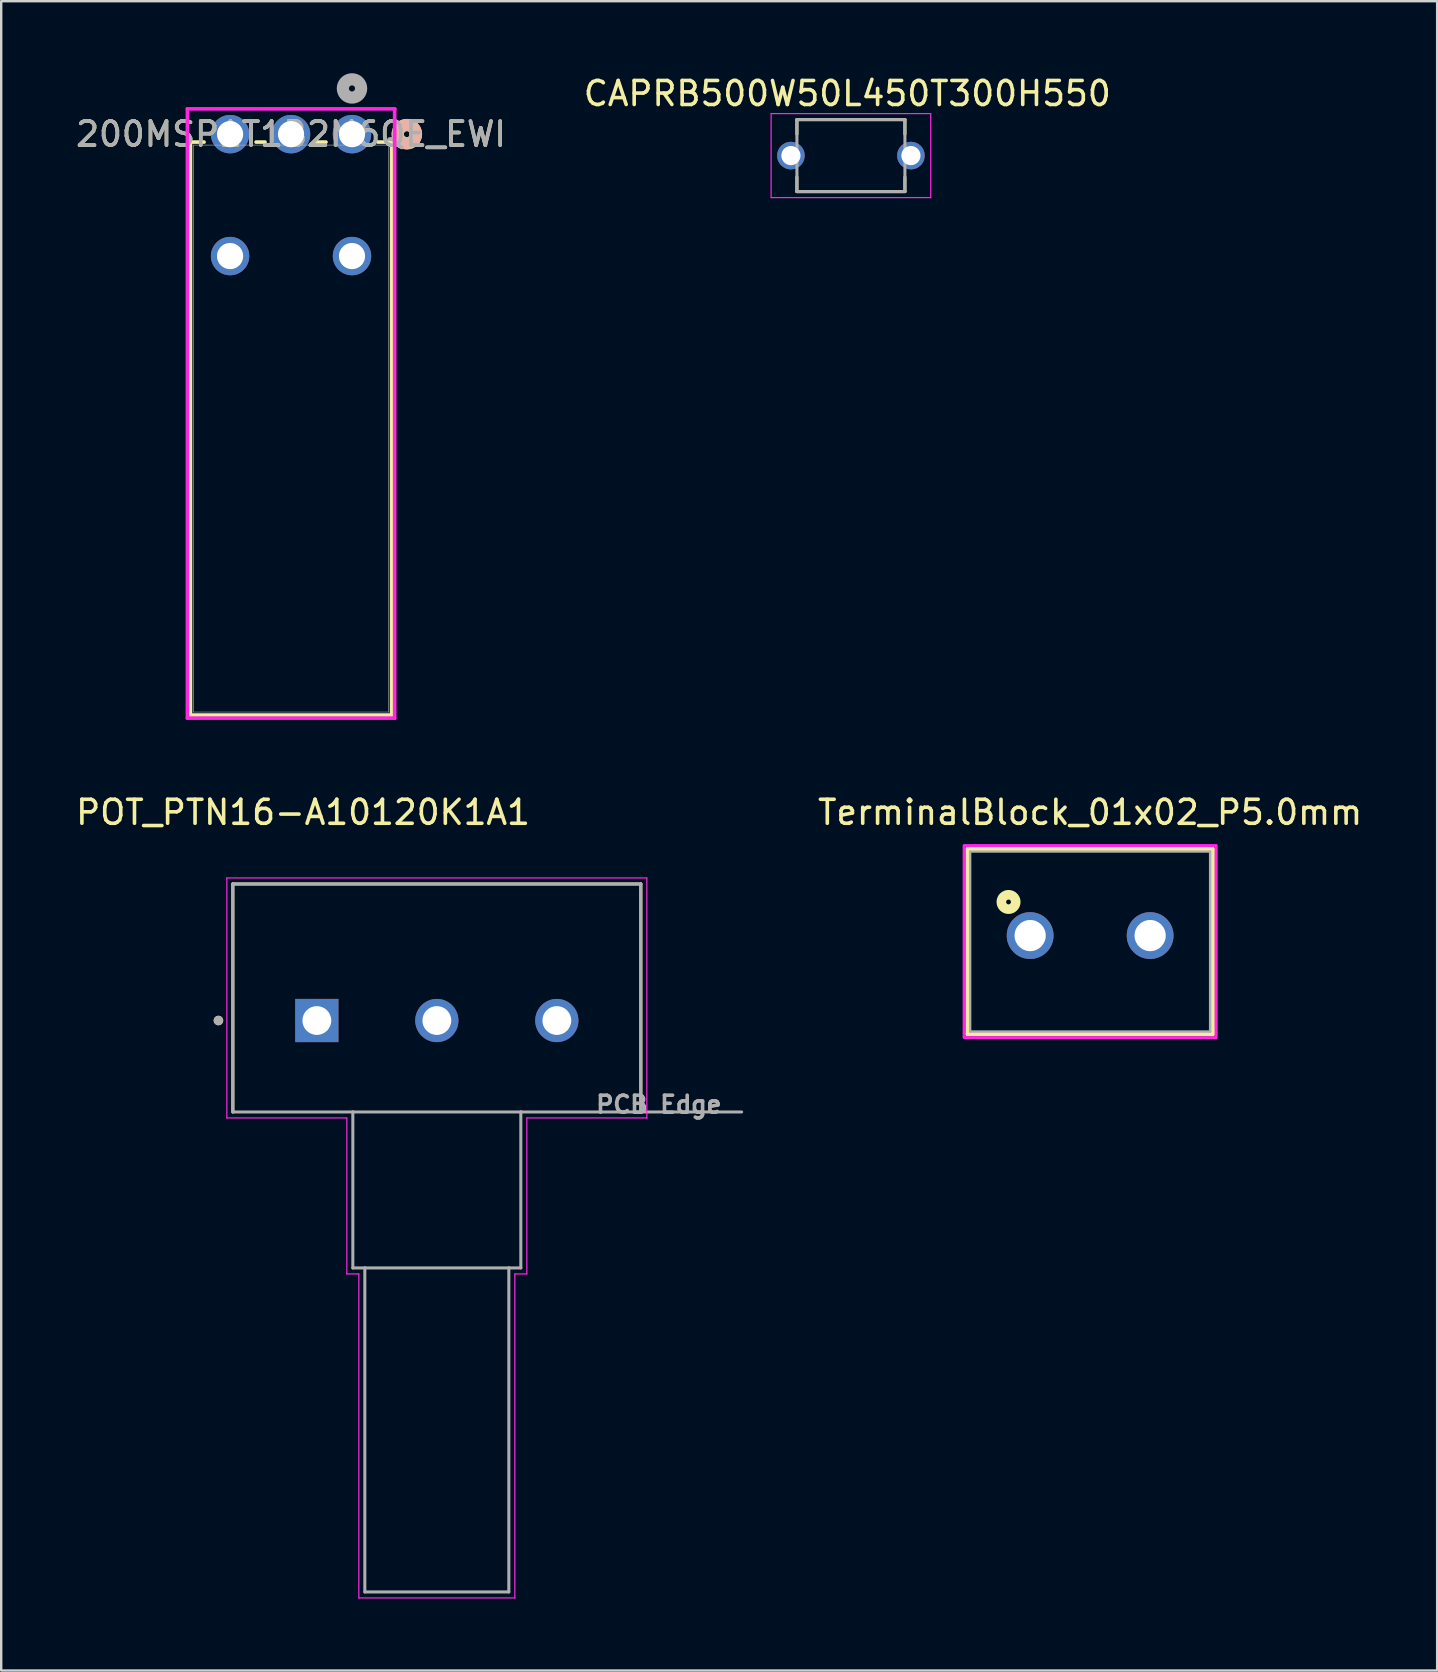
<source format=kicad_pcb>
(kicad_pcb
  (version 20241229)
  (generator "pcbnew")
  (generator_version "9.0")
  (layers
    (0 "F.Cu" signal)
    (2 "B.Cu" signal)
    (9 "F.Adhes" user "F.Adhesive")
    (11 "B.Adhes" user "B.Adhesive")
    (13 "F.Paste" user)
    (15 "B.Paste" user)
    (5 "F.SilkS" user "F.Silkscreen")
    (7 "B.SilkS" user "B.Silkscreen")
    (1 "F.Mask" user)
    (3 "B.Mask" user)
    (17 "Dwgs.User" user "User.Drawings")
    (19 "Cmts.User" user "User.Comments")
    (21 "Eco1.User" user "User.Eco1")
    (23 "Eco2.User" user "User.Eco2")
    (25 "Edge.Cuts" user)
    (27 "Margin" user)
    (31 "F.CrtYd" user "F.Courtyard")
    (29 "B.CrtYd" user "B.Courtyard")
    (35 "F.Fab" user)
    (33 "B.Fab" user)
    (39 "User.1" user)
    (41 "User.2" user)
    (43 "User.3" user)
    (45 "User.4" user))
  (footprint "200MSP1T1B2M6QE_EWI"
    (layer "F.Cu")
    (at 11.617 2.54)
    (property "Reference" "200MSP1T1B2M6QE_EWI" (at -2.54 0 0) (unlocked yes) (layer "F.SilkS") (effects (font (size 1 1) (thickness 0.15))))
    (attr through_hole)
    (fp_line (start -6.731 0.33) (end -6.731 24.206) (stroke (width 0.152) (type solid)) (layer "F.SilkS"))
    (fp_line (start -6.731 24.206) (end 1.651 24.206) (stroke (width 0.152) (type solid)) (layer "F.SilkS"))
    (fp_line (start -6.164 0.33) (end -6.731 0.33) (stroke (width 0.152) (type solid)) (layer "F.SilkS"))
    (fp_line (start -3.624 0.33) (end -3.996 0.33) (stroke (width 0.152) (type solid)) (layer "F.SilkS"))
    (fp_line (start -1.084 0.33) (end -1.456 0.33) (stroke (width 0.152) (type solid)) (layer "F.SilkS"))
    (fp_line (start 1.651 0.33) (end 1.084 0.33) (stroke (width 0.152) (type solid)) (layer "F.SilkS"))
    (fp_line (start 1.651 24.206) (end 1.651 0.33) (stroke (width 0.152) (type solid)) (layer "F.SilkS"))
    (fp_circle (center 2.286 0) (end 2.667 0) (stroke (width 0.508) (type solid)) (fill no) (layer "F.SilkS"))
    (fp_circle (center 2.286 0) (end 2.667 0) (stroke (width 0.508) (type solid)) (fill no) (layer "B.SilkS"))
    (fp_line (start -6.858 -1.054) (end -6.858 24.333) (stroke (width 0.152) (type solid)) (layer "F.CrtYd"))
    (fp_line (start -6.858 24.333) (end 1.778 24.333) (stroke (width 0.152) (type solid)) (layer "F.CrtYd"))
    (fp_line (start 1.778 -1.054) (end -6.858 -1.054) (stroke (width 0.152) (type solid)) (layer "F.CrtYd"))
    (fp_line (start 1.778 24.333) (end 1.778 -1.054) (stroke (width 0.152) (type solid)) (layer "F.CrtYd"))
    (fp_line (start -6.604 0.457) (end -6.604 24.079) (stroke (width 0.025) (type solid)) (layer "F.Fab"))
    (fp_line (start -6.604 24.079) (end 1.524 24.079) (stroke (width 0.025) (type solid)) (layer "F.Fab"))
    (fp_line (start 1.524 0.457) (end -6.604 0.457) (stroke (width 0.025) (type solid)) (layer "F.Fab"))
    (fp_line (start 1.524 24.079) (end 1.524 0.457) (stroke (width 0.025) (type solid)) (layer "F.Fab"))
    (fp_circle (center 0 -1.905) (end 0.381 -1.905) (stroke (width 0.508) (type solid)) (fill no) (layer "F.Fab"))
    (fp_text user "${REFERENCE}" (at -2.54 0 0) (unlocked yes) (layer "F.Fab") (effects (font (size 1 1) (thickness 0.15))))
    (pad "1" thru_hole circle (at 0 0) (size 1.6 1.6) (drill 1.092) (layers "*.Cu" "*.Mask"))
    (pad "2" thru_hole circle (at -2.54 0) (size 1.6 1.6) (drill 1.092) (layers "*.Cu" "*.Mask"))
    (pad "3" thru_hole circle (at -5.08 0) (size 1.6 1.6) (drill 1.092) (layers "*.Cu" "*.Mask"))
    (pad "4" thru_hole circle (at -5.08 5.08) (size 1.6 1.6) (drill 1.092) (layers "*.Cu" "*.Mask"))
    (pad "5" thru_hole circle (at 0 5.08) (size 1.6 1.6) (drill 1.092) (layers "*.Cu" "*.Mask")))
  (footprint "TerminalBlock_01x02_P5.0mm"
    (layer "F.Cu")
    (at 42.374 35.933)
    (property "Reference" "TerminalBlock_01x02_P5.0mm" (at 0 -5.135 0) (layer "F.SilkS") (effects (font (size 1 1) (thickness 0.15))))
    (attr through_hole)
    (fp_line (start -5.1 -3.6) (end 5.1 -3.6) (stroke (width 0.2) (type solid)) (layer "F.SilkS"))
    (fp_line (start -5.1 4.1) (end -5.1 -3.6) (stroke (width 0.2) (type solid)) (layer "F.SilkS"))
    (fp_line (start 5.1 -3.6) (end 5.1 4.1) (stroke (width 0.2) (type solid)) (layer "F.SilkS"))
    (fp_line (start 5.1 4.1) (end -5.1 4.1) (stroke (width 0.2) (type solid)) (layer "F.SilkS"))
    (fp_circle (center -3.4 -1.4) (end -3.3 -1.4) (stroke (width 0.4) (type solid)) (fill no) (layer "F.SilkS"))
    (fp_poly (pts (xy -5.25 -3.75) (xy 5.25 -3.75) (xy 5.25 4.25) (xy -5.25 4.25)) (stroke (width 0.127) (type solid)) (fill no) (layer "F.CrtYd"))
    (fp_line (start -5 -3.5) (end 5 -3.5) (stroke (width 0.1) (type solid)) (layer "F.Fab"))
    (fp_line (start -5 4) (end -5 -3.5) (stroke (width 0.1) (type solid)) (layer "F.Fab"))
    (fp_line (start 5 -3.5) (end 5 4) (stroke (width 0.1) (type solid)) (layer "F.Fab"))
    (fp_line (start 5 4) (end -5 4) (stroke (width 0.1) (type solid)) (layer "F.Fab"))
    (pad "1" thru_hole circle (at -2.5 0) (size 1.95 1.95) (drill 1.3) (layers "*.Cu" "*.Mask"))
    (pad "2" thru_hole circle (at 2.5 0) (size 1.95 1.95) (drill 1.3) (layers "*.Cu" "*.Mask")))
  (footprint "CAPRB500W50L450T300H550"
    (layer "F.Cu")
    (at 32.406 3.433)
    (property "Reference" "CAPRB500W50L450T300H550" (at -0.15 -2.585 0) (layer "F.SilkS") (effects (font (size 1 1) (thickness 0.15))))
    (attr through_hole)
    (fp_line (start -2.25 -1.5) (end -2.25 -0.895) (stroke (width 0.127) (type solid)) (layer "F.SilkS"))
    (fp_line (start -2.25 -1.5) (end 2.25 -1.5) (stroke (width 0.127) (type solid)) (layer "F.SilkS"))
    (fp_line (start -2.25 1.5) (end -2.25 0.895) (stroke (width 0.127) (type solid)) (layer "F.SilkS"))
    (fp_line (start -2.25 1.5) (end 2.25 1.5) (stroke (width 0.127) (type solid)) (layer "F.SilkS"))
    (fp_line (start 2.25 -1.5) (end 2.25 -0.895) (stroke (width 0.127) (type solid)) (layer "F.SilkS"))
    (fp_line (start 2.25 1.5) (end 2.25 0.895) (stroke (width 0.127) (type solid)) (layer "F.SilkS"))
    (fp_line (start -3.325 -1.75) (end -3.325 1.75) (stroke (width 0.05) (type solid)) (layer "F.CrtYd"))
    (fp_line (start -3.325 -1.75) (end 3.325 -1.75) (stroke (width 0.05) (type solid)) (layer "F.CrtYd"))
    (fp_line (start 3.325 -1.75) (end 3.325 1.75) (stroke (width 0.05) (type solid)) (layer "F.CrtYd"))
    (fp_line (start 3.325 1.75) (end -3.325 1.75) (stroke (width 0.05) (type solid)) (layer "F.CrtYd"))
    (fp_line (start -2.25 -1.5) (end -2.25 1.5) (stroke (width 0.127) (type solid)) (layer "F.Fab"))
    (fp_line (start -2.25 -1.5) (end 2.25 -1.5) (stroke (width 0.127) (type solid)) (layer "F.Fab"))
    (fp_line (start 2.25 -1.5) (end 2.25 1.5) (stroke (width 0.127) (type solid)) (layer "F.Fab"))
    (fp_line (start 2.25 1.5) (end -2.25 1.5) (stroke (width 0.127) (type solid)) (layer "F.Fab"))
    (pad "1" thru_hole circle (at -2.5 0) (size 1.15 1.15) (drill 0.8) (layers "*.Cu" "*.Mask"))
    (pad "2" thru_hole circle (at 2.5 0) (size 1.15 1.15) (drill 0.8) (layers "*.Cu" "*.Mask")))
  (footprint "POT_PTN16-A10120K1A1"
    (layer "F.Cu")
    (at 10.152 39.473)
    (property "Reference" "POT_PTN16-A10120K1A1" (at -0.575 -8.675 0) (layer "F.SilkS") (effects (font (size 1 1) (thickness 0.15))))
    (attr through_hole)
    (fp_line (start -3.5 -5.69) (end -3.5 3.81) (stroke (width 0.127) (type solid)) (layer "F.SilkS"))
    (fp_line (start 13.5 -5.69) (end -3.5 -5.69) (stroke (width 0.127) (type solid)) (layer "F.SilkS"))
    (fp_line (start 13.5 3.81) (end 13.5 -5.69) (stroke (width 0.127) (type solid)) (layer "F.SilkS"))
    (fp_circle (center -4.1 0) (end -4 0) (stroke (width 0.2) (type solid)) (fill no) (layer "F.SilkS"))
    (fp_line (start -3.75 -5.94) (end -3.75 4.06) (stroke (width 0.05) (type solid)) (layer "F.CrtYd"))
    (fp_line (start -3.75 4.06) (end 1.25 4.06) (stroke (width 0.05) (type solid)) (layer "F.CrtYd"))
    (fp_line (start 1.25 4.06) (end 1.25 10.56) (stroke (width 0.05) (type solid)) (layer "F.CrtYd"))
    (fp_line (start 1.25 10.56) (end 1.75 10.56) (stroke (width 0.05) (type solid)) (layer "F.CrtYd"))
    (fp_line (start 1.75 10.56) (end 1.75 24.06) (stroke (width 0.05) (type solid)) (layer "F.CrtYd"))
    (fp_line (start 1.75 24.06) (end 8.25 24.06) (stroke (width 0.05) (type solid)) (layer "F.CrtYd"))
    (fp_line (start 8.25 10.56) (end 8.25 24.06) (stroke (width 0.05) (type solid)) (layer "F.CrtYd"))
    (fp_line (start 8.75 4.06) (end 13.75 4.06) (stroke (width 0.05) (type solid)) (layer "F.CrtYd"))
    (fp_line (start 8.75 10.56) (end 8.25 10.56) (stroke (width 0.05) (type solid)) (layer "F.CrtYd"))
    (fp_line (start 8.75 10.56) (end 8.75 4.06) (stroke (width 0.05) (type solid)) (layer "F.CrtYd"))
    (fp_line (start 13.75 -5.94) (end -3.75 -5.94) (stroke (width 0.05) (type solid)) (layer "F.CrtYd"))
    (fp_line (start 13.75 4.06) (end 13.75 -5.94) (stroke (width 0.05) (type solid)) (layer "F.CrtYd"))
    (fp_line (start -3.5 -5.69) (end -3.5 3.81) (stroke (width 0.127) (type solid)) (layer "F.Fab"))
    (fp_line (start -3.5 3.81) (end 1.5 3.81) (stroke (width 0.127) (type solid)) (layer "F.Fab"))
    (fp_line (start 1.5 3.81) (end 1.5 10.31) (stroke (width 0.127) (type solid)) (layer "F.Fab"))
    (fp_line (start 1.5 3.81) (end 8.5 3.81) (stroke (width 0.127) (type solid)) (layer "F.Fab"))
    (fp_line (start 1.5 10.31) (end 2 10.31) (stroke (width 0.127) (type solid)) (layer "F.Fab"))
    (fp_line (start 2 10.31) (end 2 23.81) (stroke (width 0.127) (type solid)) (layer "F.Fab"))
    (fp_line (start 2 10.31) (end 8 10.31) (stroke (width 0.127) (type solid)) (layer "F.Fab"))
    (fp_line (start 2 23.81) (end 8 23.81) (stroke (width 0.127) (type solid)) (layer "F.Fab"))
    (fp_line (start 8 10.31) (end 8.5 10.31) (stroke (width 0.127) (type solid)) (layer "F.Fab"))
    (fp_line (start 8 23.81) (end 8 10.31) (stroke (width 0.127) (type solid)) (layer "F.Fab"))
    (fp_line (start 8.5 3.81) (end 13.5 3.81) (stroke (width 0.127) (type solid)) (layer "F.Fab"))
    (fp_line (start 8.5 10.31) (end 8.5 3.81) (stroke (width 0.127) (type solid)) (layer "F.Fab"))
    (fp_line (start 13.5 -5.69) (end -3.5 -5.69) (stroke (width 0.127) (type solid)) (layer "F.Fab"))
    (fp_line (start 13.5 3.81) (end 13.5 -5.69) (stroke (width 0.127) (type solid)) (layer "F.Fab"))
    (fp_line (start 13.5 3.81) (end 17.7 3.81) (stroke (width 0.127) (type solid)) (layer "F.Fab"))
    (fp_circle (center -4.1 0) (end -4 0) (stroke (width 0.2) (type solid)) (fill no) (layer "F.Fab"))
    (fp_text user "PCB Edge" (at 14.25 3.5 0) (layer "F.Fab") (effects (font (size 0.709 0.709) (thickness 0.15))))
    (pad "1" thru_hole rect (at 0 0) (size 1.8 1.8) (drill 1.2) (layers "*.Cu" "*.Mask"))
    (pad "2" thru_hole circle (at 5 0) (size 1.8 1.8) (drill 1.2) (layers "*.Cu" "*.Mask"))
    (pad "3" thru_hole circle (at 10 0) (size 1.8 1.8) (drill 1.2) (layers "*.Cu" "*.Mask")))
  (gr_rect
    (start -3 -3)
    (end 56.833 66.558)
    (stroke (width 0.1) (type default))
    (fill no)
    (layer "Edge.Cuts")))
</source>
